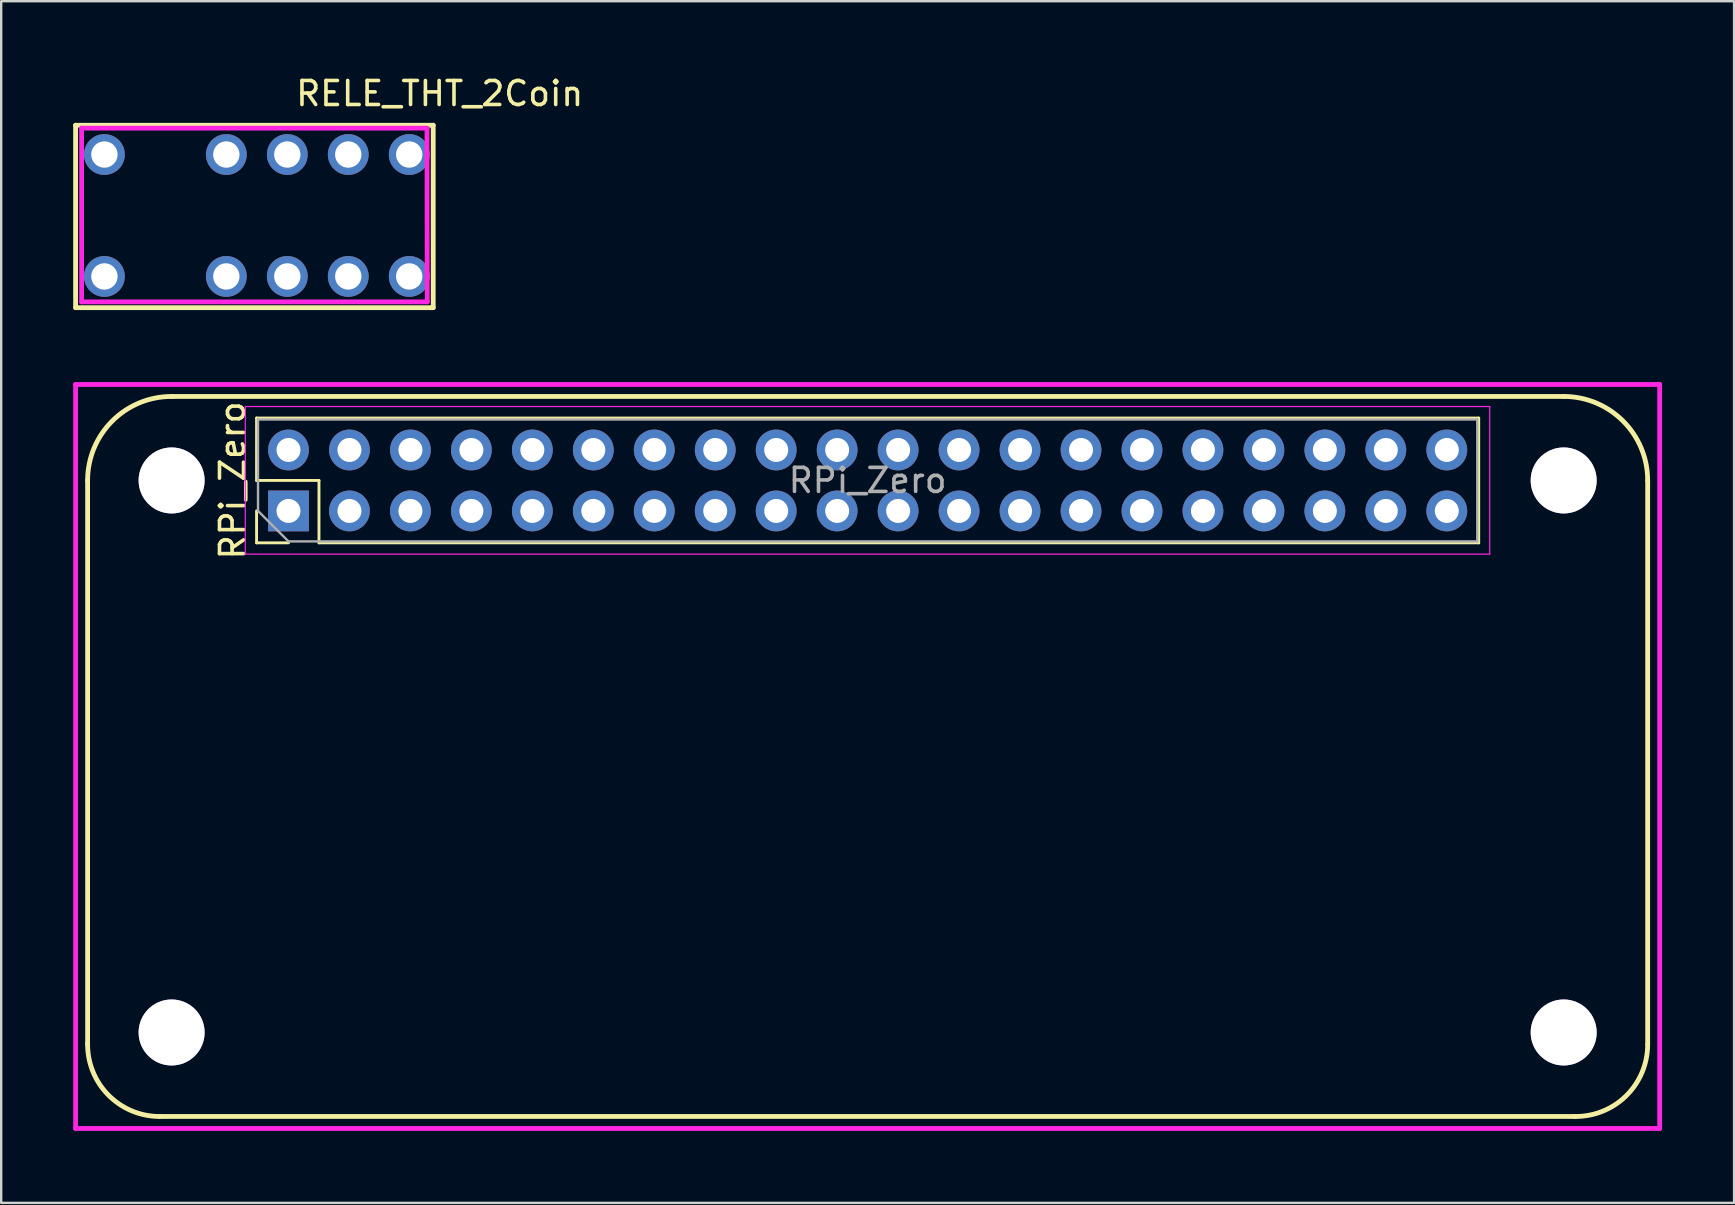
<source format=kicad_pcb>
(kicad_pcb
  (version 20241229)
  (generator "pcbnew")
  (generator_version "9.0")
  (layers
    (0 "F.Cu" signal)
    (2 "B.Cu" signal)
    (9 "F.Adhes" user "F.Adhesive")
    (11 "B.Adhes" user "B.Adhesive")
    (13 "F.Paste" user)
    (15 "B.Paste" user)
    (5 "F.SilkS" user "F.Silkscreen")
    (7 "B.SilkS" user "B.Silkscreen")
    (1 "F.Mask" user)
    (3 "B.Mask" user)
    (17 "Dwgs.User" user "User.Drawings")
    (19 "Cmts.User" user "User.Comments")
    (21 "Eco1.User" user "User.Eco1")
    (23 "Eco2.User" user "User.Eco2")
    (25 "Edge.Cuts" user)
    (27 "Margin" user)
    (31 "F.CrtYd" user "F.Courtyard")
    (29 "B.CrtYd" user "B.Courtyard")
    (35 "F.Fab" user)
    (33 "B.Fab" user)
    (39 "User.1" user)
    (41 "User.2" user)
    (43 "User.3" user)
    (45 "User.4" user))
  (footprint "RELE_THT_2Coin"
    (layer "F.Cu")
    (at 7.66 5.848)
    (property "Reference" "RELE_THT_2Coin" (at 7.61 -5 0) (layer "F.SilkS") (effects (font (size 1 1) (thickness 0.15))))
    (attr through_hole)
    (fp_line (start -7.56 -3.68) (end 7.34 -3.68) (stroke (width 0.2) (type solid)) (layer "F.SilkS"))
    (fp_line (start -7.56 3.92) (end -7.56 -3.68) (stroke (width 0.2) (type solid)) (layer "F.SilkS"))
    (fp_line (start 7.34 -3.68) (end 7.34 3.92) (stroke (width 0.2) (type solid)) (layer "F.SilkS"))
    (fp_line (start 7.34 3.92) (end -7.56 3.92) (stroke (width 0.2) (type solid)) (layer "F.SilkS"))
    (fp_line (start -7.31 -3.56) (end -7.31 3.68) (stroke (width 0.2) (type solid)) (layer "F.CrtYd"))
    (fp_line (start -7.31 3.68) (end 7.09 3.68) (stroke (width 0.2) (type solid)) (layer "F.CrtYd"))
    (fp_line (start 7.09 -3.56) (end -7.31 -3.56) (stroke (width 0.2) (type solid)) (layer "F.CrtYd"))
    (fp_line (start 7.09 3.68) (end 7.08 -3.54) (stroke (width 0.2) (type solid)) (layer "F.CrtYd"))
    (pad "1" thru_hole circle (at -6.36 2.62) (size 1.7 1.7) (drill 1.1) (layers "*.Cu" "*.Mask"))
    (pad "3" thru_hole circle (at -1.28 2.62) (size 1.7 1.7) (drill 1.1) (layers "*.Cu" "*.Mask"))
    (pad "4" thru_hole circle (at 1.26 2.62) (size 1.7 1.7) (drill 1.1) (layers "*.Cu" "*.Mask"))
    (pad "5" thru_hole circle (at 3.8 2.62) (size 1.7 1.7) (drill 1.1) (layers "*.Cu" "*.Mask"))
    (pad "6" thru_hole circle (at 6.34 2.62) (size 1.7 1.7) (drill 1.1) (layers "*.Cu" "*.Mask"))
    (pad "7" thru_hole circle (at 6.34 -2.46) (size 1.7 1.7) (drill 1.1) (layers "*.Cu" "*.Mask"))
    (pad "8" thru_hole circle (at 3.8 -2.46) (size 1.7 1.7) (drill 1.1) (layers "*.Cu" "*.Mask"))
    (pad "9" thru_hole circle (at 1.26 -2.46) (size 1.7 1.7) (drill 1.1) (layers "*.Cu" "*.Mask"))
    (pad "10" thru_hole circle (at -1.28 -2.46) (size 1.7 1.7) (drill 1.1) (layers "*.Cu" "*.Mask"))
    (pad "12" thru_hole circle (at -6.36 -2.46) (size 1.7 1.7) (drill 1.1) (layers "*.Cu" "*.Mask")))
  (footprint "RPi_Zero"
    (layer "F.Cu")
    (at 33.1 16.968)
    (property "Reference" "RPi_Zero" (at -26.46 0 90) (layer "F.SilkS") (effects (font (size 1 1) (thickness 0.15))))
    (attr through_hole)
    (fp_line (start -32.5 0) (end -32.5 23.5) (stroke (width 0.2) (type solid)) (layer "F.SilkS"))
    (fp_line (start -29.5 26.5) (end 29.5 26.5) (stroke (width 0.2) (type solid)) (layer "F.SilkS"))
    (fp_line (start -29 -3.5) (end 29 -3.5) (stroke (width 0.2) (type solid)) (layer "F.SilkS"))
    (fp_line (start -25.46 -2.6) (end 25.46 -2.6) (stroke (width 0.12) (type solid)) (layer "F.SilkS"))
    (fp_line (start -25.46 0) (end -25.46 -2.6) (stroke (width 0.12) (type solid)) (layer "F.SilkS"))
    (fp_line (start -25.46 2.6) (end -25.46 1.27) (stroke (width 0.12) (type solid)) (layer "F.SilkS"))
    (fp_line (start -24.13 2.6) (end -25.46 2.6) (stroke (width 0.12) (type solid)) (layer "F.SilkS"))
    (fp_line (start -22.86 0) (end -25.46 0) (stroke (width 0.12) (type solid)) (layer "F.SilkS"))
    (fp_line (start -22.86 2.6) (end -22.86 0) (stroke (width 0.12) (type solid)) (layer "F.SilkS"))
    (fp_line (start -22.86 2.6) (end 25.46 2.6) (stroke (width 0.12) (type solid)) (layer "F.SilkS"))
    (fp_line (start 25.46 2.6) (end 25.46 -2.6) (stroke (width 0.12) (type solid)) (layer "F.SilkS"))
    (fp_line (start 32.5 0) (end 32.5 23.5) (stroke (width 0.2) (type solid)) (layer "F.SilkS"))
    (fp_arc (start -32.5 0) (mid -31.474874 -2.474874) (end -29 -3.5) (stroke (width 0.2) (type solid)) (layer "F.SilkS"))
    (fp_arc (start -29.5 26.5) (mid -31.639751 25.602728) (end -32.499543 23.447643) (stroke (width 0.2) (type solid)) (layer "F.SilkS"))
    (fp_arc (start 29 -3.5) (mid 31.474874 -2.474874) (end 32.5 0) (stroke (width 0.2) (type solid)) (layer "F.SilkS"))
    (fp_arc (start 32.5 23.5) (mid 31.602728 25.639751) (end 29.447643 26.499543) (stroke (width 0.2) (type solid)) (layer "F.SilkS"))
    (fp_line (start -33 -4) (end 33 -4) (stroke (width 0.2) (type solid)) (layer "F.CrtYd"))
    (fp_line (start -33 27) (end -33 -4) (stroke (width 0.2) (type solid)) (layer "F.CrtYd"))
    (fp_line (start -25.93 -3.08) (end -25.93 3.07) (stroke (width 0.05) (type solid)) (layer "F.CrtYd"))
    (fp_line (start -25.93 3.07) (end 25.92 3.07) (stroke (width 0.05) (type solid)) (layer "F.CrtYd"))
    (fp_line (start 25.92 -3.08) (end -25.93 -3.08) (stroke (width 0.05) (type solid)) (layer "F.CrtYd"))
    (fp_line (start 25.92 3.07) (end 25.92 -3.08) (stroke (width 0.05) (type solid)) (layer "F.CrtYd"))
    (fp_line (start 33 -4) (end 33 27) (stroke (width 0.2) (type solid)) (layer "F.CrtYd"))
    (fp_line (start 33 27) (end -33 27) (stroke (width 0.2) (type solid)) (layer "F.CrtYd"))
    (fp_line (start -25.4 -2.54) (end 25.4 -2.54) (stroke (width 0.1) (type solid)) (layer "F.Fab"))
    (fp_line (start -25.4 1.27) (end -25.4 -2.54) (stroke (width 0.1) (type solid)) (layer "F.Fab"))
    (fp_line (start -24.13 2.54) (end -25.4 1.27) (stroke (width 0.1) (type solid)) (layer "F.Fab"))
    (fp_line (start 25.4 -2.54) (end 25.4 2.54) (stroke (width 0.1) (type solid)) (layer "F.Fab"))
    (fp_line (start 25.4 2.54) (end -24.13 2.54) (stroke (width 0.1) (type solid)) (layer "F.Fab"))
    (fp_text user "${REFERENCE}" (at 0 0 180) (layer "F.Fab") (effects (font (size 1 1) (thickness 0.15))))
    (pad "" thru_hole circle (at -29 0) (size 2.75 2.75) (drill 2.75) (layers "*.Cu" "*.Mask"))
    (pad "" thru_hole circle (at -29 23) (size 2.75 2.75) (drill 2.75) (layers "*.Cu" "*.Mask"))
    (pad "" thru_hole circle (at 29 0) (size 2.75 2.75) (drill 2.75) (layers "*.Cu" "*.Mask"))
    (pad "" thru_hole circle (at 29 23) (size 2.75 2.75) (drill 2.75) (layers "*.Cu" "*.Mask"))
    (pad "1" thru_hole rect (at -24.13 1.27 90) (size 1.7 1.7) (drill 1) (layers "*.Cu" "*.Mask"))
    (pad "2" thru_hole oval (at -24.13 -1.27 90) (size 1.7 1.7) (drill 1) (layers "*.Cu" "*.Mask"))
    (pad "3" thru_hole oval (at -21.59 1.27 90) (size 1.7 1.7) (drill 1) (layers "*.Cu" "*.Mask"))
    (pad "4" thru_hole oval (at -21.59 -1.27 90) (size 1.7 1.7) (drill 1) (layers "*.Cu" "*.Mask"))
    (pad "5" thru_hole oval (at -19.05 1.27 90) (size 1.7 1.7) (drill 1) (layers "*.Cu" "*.Mask"))
    (pad "6" thru_hole oval (at -19.05 -1.27 90) (size 1.7 1.7) (drill 1) (layers "*.Cu" "*.Mask"))
    (pad "7" thru_hole oval (at -16.51 1.27 90) (size 1.7 1.7) (drill 1) (layers "*.Cu" "*.Mask"))
    (pad "8" thru_hole oval (at -16.51 -1.27 90) (size 1.7 1.7) (drill 1) (layers "*.Cu" "*.Mask"))
    (pad "9" thru_hole oval (at -13.97 1.27 90) (size 1.7 1.7) (drill 1) (layers "*.Cu" "*.Mask"))
    (pad "10" thru_hole oval (at -13.97 -1.27 90) (size 1.7 1.7) (drill 1) (layers "*.Cu" "*.Mask"))
    (pad "11" thru_hole oval (at -11.43 1.27 90) (size 1.7 1.7) (drill 1) (layers "*.Cu" "*.Mask"))
    (pad "12" thru_hole oval (at -11.43 -1.27 90) (size 1.7 1.7) (drill 1) (layers "*.Cu" "*.Mask"))
    (pad "13" thru_hole oval (at -8.89 1.27 90) (size 1.7 1.7) (drill 1) (layers "*.Cu" "*.Mask"))
    (pad "14" thru_hole oval (at -8.89 -1.27 90) (size 1.7 1.7) (drill 1) (layers "*.Cu" "*.Mask"))
    (pad "15" thru_hole oval (at -6.35 1.27 90) (size 1.7 1.7) (drill 1) (layers "*.Cu" "*.Mask"))
    (pad "16" thru_hole oval (at -6.35 -1.27 90) (size 1.7 1.7) (drill 1) (layers "*.Cu" "*.Mask"))
    (pad "17" thru_hole oval (at -3.81 1.27 90) (size 1.7 1.7) (drill 1) (layers "*.Cu" "*.Mask"))
    (pad "18" thru_hole oval (at -3.81 -1.27 90) (size 1.7 1.7) (drill 1) (layers "*.Cu" "*.Mask"))
    (pad "19" thru_hole oval (at -1.27 1.27 90) (size 1.7 1.7) (drill 1) (layers "*.Cu" "*.Mask"))
    (pad "20" thru_hole oval (at -1.27 -1.27 90) (size 1.7 1.7) (drill 1) (layers "*.Cu" "*.Mask"))
    (pad "21" thru_hole oval (at 1.27 1.27 90) (size 1.7 1.7) (drill 1) (layers "*.Cu" "*.Mask"))
    (pad "22" thru_hole oval (at 1.27 -1.27 90) (size 1.7 1.7) (drill 1) (layers "*.Cu" "*.Mask"))
    (pad "23" thru_hole oval (at 3.81 1.27 90) (size 1.7 1.7) (drill 1) (layers "*.Cu" "*.Mask"))
    (pad "24" thru_hole oval (at 3.81 -1.27 90) (size 1.7 1.7) (drill 1) (layers "*.Cu" "*.Mask"))
    (pad "25" thru_hole oval (at 6.35 1.27 90) (size 1.7 1.7) (drill 1) (layers "*.Cu" "*.Mask"))
    (pad "26" thru_hole oval (at 6.35 -1.27 90) (size 1.7 1.7) (drill 1) (layers "*.Cu" "*.Mask"))
    (pad "27" thru_hole oval (at 8.89 1.27 90) (size 1.7 1.7) (drill 1) (layers "*.Cu" "*.Mask"))
    (pad "28" thru_hole oval (at 8.89 -1.27 90) (size 1.7 1.7) (drill 1) (layers "*.Cu" "*.Mask"))
    (pad "29" thru_hole oval (at 11.43 1.27 90) (size 1.7 1.7) (drill 1) (layers "*.Cu" "*.Mask"))
    (pad "30" thru_hole oval (at 11.43 -1.27 90) (size 1.7 1.7) (drill 1) (layers "*.Cu" "*.Mask"))
    (pad "31" thru_hole oval (at 13.97 1.27 90) (size 1.7 1.7) (drill 1) (layers "*.Cu" "*.Mask"))
    (pad "32" thru_hole oval (at 13.97 -1.27 90) (size 1.7 1.7) (drill 1) (layers "*.Cu" "*.Mask"))
    (pad "33" thru_hole oval (at 16.51 1.27 90) (size 1.7 1.7) (drill 1) (layers "*.Cu" "*.Mask"))
    (pad "34" thru_hole oval (at 16.51 -1.27 90) (size 1.7 1.7) (drill 1) (layers "*.Cu" "*.Mask"))
    (pad "35" thru_hole oval (at 19.05 1.27 90) (size 1.7 1.7) (drill 1) (layers "*.Cu" "*.Mask"))
    (pad "36" thru_hole oval (at 19.05 -1.27 90) (size 1.7 1.7) (drill 1) (layers "*.Cu" "*.Mask"))
    (pad "37" thru_hole oval (at 21.59 1.27 90) (size 1.7 1.7) (drill 1) (layers "*.Cu" "*.Mask"))
    (pad "38" thru_hole oval (at 21.59 -1.27 90) (size 1.7 1.7) (drill 1) (layers "*.Cu" "*.Mask"))
    (pad "39" thru_hole oval (at 24.13 1.27 90) (size 1.7 1.7) (drill 1) (layers "*.Cu" "*.Mask"))
    (pad "40" thru_hole oval (at 24.13 -1.27 90) (size 1.7 1.7) (drill 1) (layers "*.Cu" "*.Mask")))
  (gr_rect
    (start -3 -3)
    (end 69.2 47.068)
    (stroke (width 0.1) (type default))
    (fill no)
    (layer "Edge.Cuts")))
</source>
